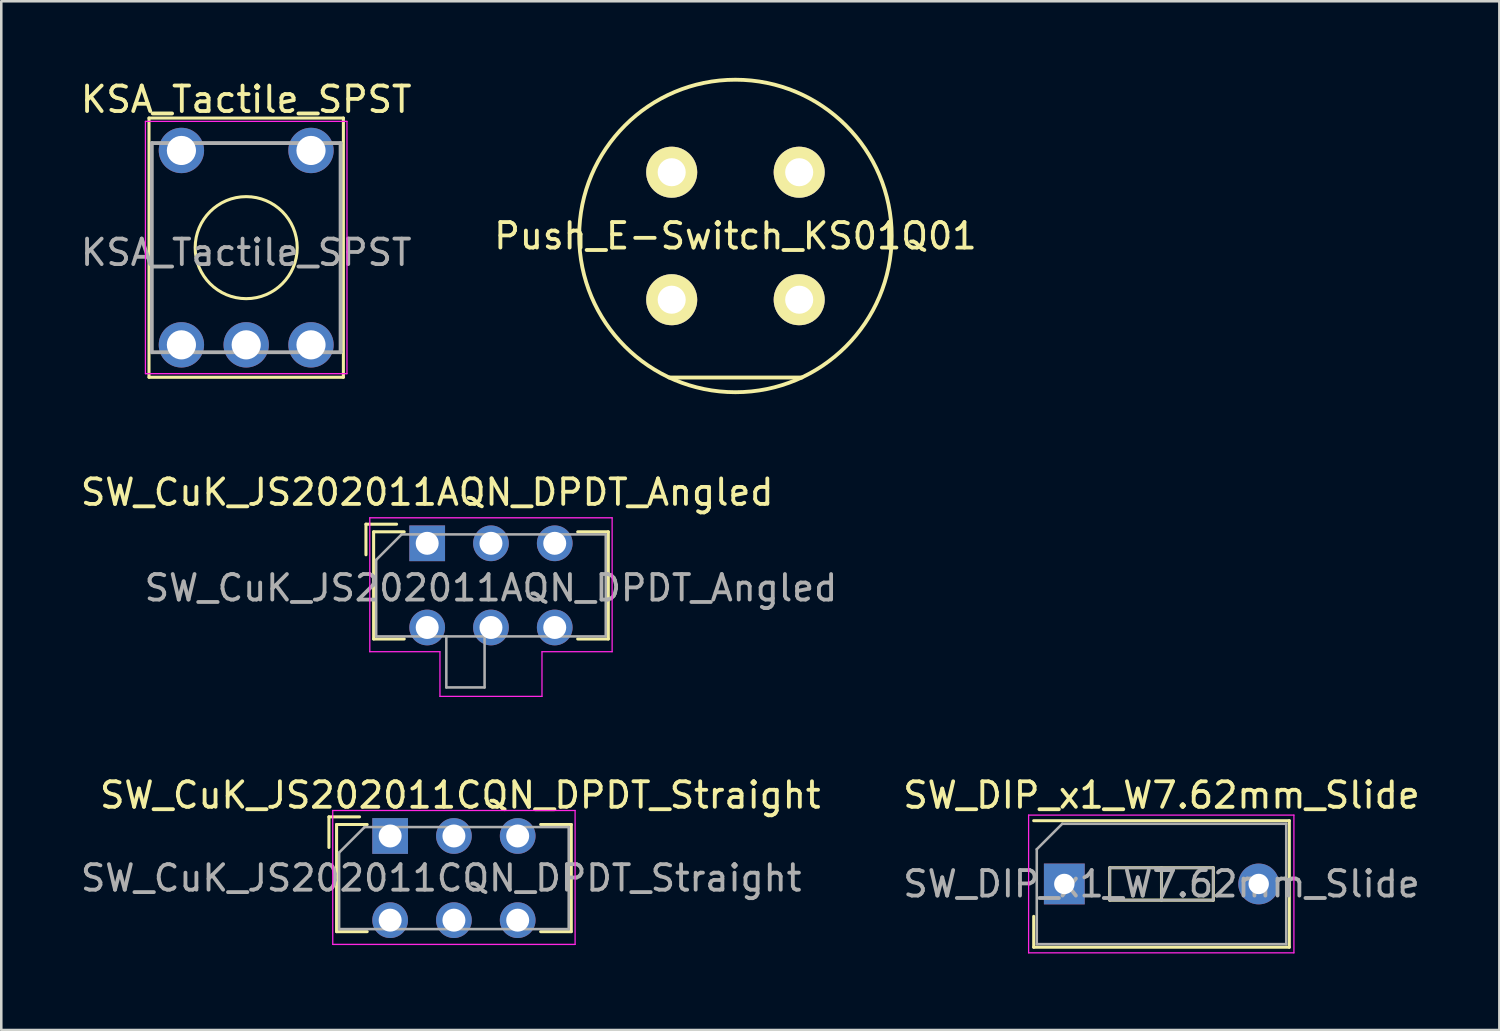
<source format=kicad_pcb>
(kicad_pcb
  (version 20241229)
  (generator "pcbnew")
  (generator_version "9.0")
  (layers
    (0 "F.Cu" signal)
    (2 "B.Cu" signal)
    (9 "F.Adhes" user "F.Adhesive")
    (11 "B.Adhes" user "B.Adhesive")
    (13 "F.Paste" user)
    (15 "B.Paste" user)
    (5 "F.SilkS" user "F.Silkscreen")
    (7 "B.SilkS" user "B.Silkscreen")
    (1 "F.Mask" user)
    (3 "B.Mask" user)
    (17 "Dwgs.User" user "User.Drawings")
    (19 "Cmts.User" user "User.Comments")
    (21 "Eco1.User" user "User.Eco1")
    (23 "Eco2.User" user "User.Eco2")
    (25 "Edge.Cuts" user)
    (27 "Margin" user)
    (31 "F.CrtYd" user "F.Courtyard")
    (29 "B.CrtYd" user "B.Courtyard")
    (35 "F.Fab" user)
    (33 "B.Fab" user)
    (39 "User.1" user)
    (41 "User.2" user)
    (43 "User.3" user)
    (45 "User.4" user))
  (footprint "SW_CuK_JS202011AQN_DPDT_Angled"
    (layer "F.Cu")
    (at 13.696 18.248)
    (property "Reference" "SW_CuK_JS202011AQN_DPDT_Angled" (at 0 -2 0) (layer "F.SilkS") (effects (font (size 1 1) (thickness 0.15))))
    (attr through_hole)
    (fp_line (start -2.4 -0.75) (end -2.4 0.45) (stroke (width 0.12) (type solid)) (layer "F.SilkS"))
    (fp_line (start -2.1 -0.45) (end -2.1 3.75) (stroke (width 0.12) (type solid)) (layer "F.SilkS"))
    (fp_line (start -2.1 3.75) (end -0.9 3.75) (stroke (width 0.12) (type solid)) (layer "F.SilkS"))
    (fp_line (start -1.2 -0.75) (end -2.4 -0.75) (stroke (width 0.12) (type solid)) (layer "F.SilkS"))
    (fp_line (start -0.9 -0.45) (end -2.1 -0.45) (stroke (width 0.12) (type solid)) (layer "F.SilkS"))
    (fp_line (start 5.9 -0.45) (end 7.1 -0.45) (stroke (width 0.12) (type solid)) (layer "F.SilkS"))
    (fp_line (start 7.1 -0.45) (end 7.1 3.75) (stroke (width 0.12) (type solid)) (layer "F.SilkS"))
    (fp_line (start 7.1 3.75) (end 5.9 3.75) (stroke (width 0.12) (type solid)) (layer "F.SilkS"))
    (fp_line (start -2.25 -1) (end 7.25 -1) (stroke (width 0.05) (type solid)) (layer "F.CrtYd"))
    (fp_line (start -2.25 4.25) (end -2.25 -1) (stroke (width 0.05) (type solid)) (layer "F.CrtYd"))
    (fp_line (start 0.5 4.25) (end -2.25 4.25) (stroke (width 0.05) (type solid)) (layer "F.CrtYd"))
    (fp_line (start 0.5 4.25) (end 0.5 6) (stroke (width 0.05) (type solid)) (layer "F.CrtYd"))
    (fp_line (start 4.5 6) (end 0.5 6) (stroke (width 0.05) (type solid)) (layer "F.CrtYd"))
    (fp_line (start 4.5 6) (end 4.5 4.25) (stroke (width 0.05) (type solid)) (layer "F.CrtYd"))
    (fp_line (start 7.25 -1) (end 7.25 4.25) (stroke (width 0.05) (type solid)) (layer "F.CrtYd"))
    (fp_line (start 7.25 4.25) (end 4.5 4.25) (stroke (width 0.05) (type solid)) (layer "F.CrtYd"))
    (fp_line (start -2 3.65) (end -2 0.65) (stroke (width 0.1) (type solid)) (layer "F.Fab"))
    (fp_line (start -1 -0.35) (end -2 0.65) (stroke (width 0.1) (type solid)) (layer "F.Fab"))
    (fp_line (start -1 -0.35) (end 7 -0.35) (stroke (width 0.1) (type solid)) (layer "F.Fab"))
    (fp_line (start 0.75 3.65) (end 0.75 5.65) (stroke (width 0.1) (type solid)) (layer "F.Fab"))
    (fp_line (start 0.75 5.65) (end 2.25 5.65) (stroke (width 0.1) (type solid)) (layer "F.Fab"))
    (fp_line (start 2.25 5.65) (end 2.25 3.65) (stroke (width 0.1) (type solid)) (layer "F.Fab"))
    (fp_line (start 7 -0.35) (end 7 3.65) (stroke (width 0.1) (type solid)) (layer "F.Fab"))
    (fp_line (start 7 3.65) (end -2 3.65) (stroke (width 0.1) (type solid)) (layer "F.Fab"))
    (fp_text user "${REFERENCE}" (at 2.5 1.75 0) (layer "F.Fab") (effects (font (size 1 1) (thickness 0.15))))
    (pad "1" thru_hole rect (at 0 0) (size 1.4 1.4) (drill 0.9) (layers "*.Cu" "*.Mask"))
    (pad "2" thru_hole circle (at 2.5 0) (size 1.4 1.4) (drill 0.9) (layers "*.Cu" "*.Mask"))
    (pad "3" thru_hole circle (at 5 0) (size 1.4 1.4) (drill 0.9) (layers "*.Cu" "*.Mask"))
    (pad "4" thru_hole circle (at 0 3.3) (size 1.4 1.4) (drill 0.9) (layers "*.Cu" "*.Mask"))
    (pad "5" thru_hole circle (at 2.5 3.3) (size 1.4 1.4) (drill 0.9) (layers "*.Cu" "*.Mask"))
    (pad "6" thru_hole circle (at 5 3.3) (size 1.4 1.4) (drill 0.9) (layers "*.Cu" "*.Mask")))
  (footprint "SW_DIP_x1_W7.62mm_Slide"
    (layer "F.Cu")
    (at 38.672 31.602)
    (property "Reference" "SW_DIP_x1_W7.62mm_Slide" (at 3.81 -3.48 0) (layer "F.SilkS") (effects (font (size 1 1) (thickness 0.15))))
    (attr through_hole)
    (fp_line (start -1.2 -2.48) (end 8.82 -2.48) (stroke (width 0.12) (type solid)) (layer "F.SilkS"))
    (fp_line (start -1.2 2.48) (end -1.2 1.27) (stroke (width 0.12) (type solid)) (layer "F.SilkS"))
    (fp_line (start 1.78 -0.635) (end 1.78 0.635) (stroke (width 0.12) (type solid)) (layer "F.SilkS"))
    (fp_line (start 1.78 0.635) (end 5.84 0.635) (stroke (width 0.12) (type solid)) (layer "F.SilkS"))
    (fp_line (start 3.81 -0.635) (end 3.81 0.635) (stroke (width 0.12) (type solid)) (layer "F.SilkS"))
    (fp_line (start 5.84 -0.635) (end 1.78 -0.635) (stroke (width 0.12) (type solid)) (layer "F.SilkS"))
    (fp_line (start 5.84 0.635) (end 5.84 -0.635) (stroke (width 0.12) (type solid)) (layer "F.SilkS"))
    (fp_line (start 8.82 -2.48) (end 8.82 2.48) (stroke (width 0.12) (type solid)) (layer "F.SilkS"))
    (fp_line (start 8.82 2.48) (end -1.2 2.48) (stroke (width 0.12) (type solid)) (layer "F.SilkS"))
    (fp_line (start -1.4 -2.7) (end -1.4 2.7) (stroke (width 0.05) (type solid)) (layer "F.CrtYd"))
    (fp_line (start -1.4 2.7) (end 9 2.7) (stroke (width 0.05) (type solid)) (layer "F.CrtYd"))
    (fp_line (start 9 -2.7) (end -1.4 -2.7) (stroke (width 0.05) (type solid)) (layer "F.CrtYd"))
    (fp_line (start 9 2.7) (end 9 -2.7) (stroke (width 0.05) (type solid)) (layer "F.CrtYd"))
    (fp_line (start -1.08 -1.36) (end -0.08 -2.36) (stroke (width 0.1) (type solid)) (layer "F.Fab"))
    (fp_line (start -1.08 2.36) (end -1.08 -1.36) (stroke (width 0.1) (type solid)) (layer "F.Fab"))
    (fp_line (start -0.08 -2.36) (end 8.7 -2.36) (stroke (width 0.1) (type solid)) (layer "F.Fab"))
    (fp_line (start 1.78 -0.635) (end 1.78 0.635) (stroke (width 0.1) (type solid)) (layer "F.Fab"))
    (fp_line (start 1.78 0.635) (end 5.84 0.635) (stroke (width 0.1) (type solid)) (layer "F.Fab"))
    (fp_line (start 3.81 -0.635) (end 3.81 0.635) (stroke (width 0.1) (type solid)) (layer "F.Fab"))
    (fp_line (start 5.84 -0.635) (end 1.78 -0.635) (stroke (width 0.1) (type solid)) (layer "F.Fab"))
    (fp_line (start 5.84 0.635) (end 5.84 -0.635) (stroke (width 0.1) (type solid)) (layer "F.Fab"))
    (fp_line (start 8.7 -2.36) (end 8.7 2.36) (stroke (width 0.1) (type solid)) (layer "F.Fab"))
    (fp_line (start 8.7 2.36) (end -1.08 2.36) (stroke (width 0.1) (type solid)) (layer "F.Fab"))
    (fp_text user "${REFERENCE}" (at 3.81 0 0) (layer "F.Fab") (effects (font (size 1 1) (thickness 0.15))))
    (pad "1" thru_hole rect (at 0 0) (size 1.6 1.6) (drill 0.8) (layers "*.Cu" "*.Mask"))
    (pad "2" thru_hole oval (at 7.62 0) (size 1.6 1.6) (drill 0.8) (layers "*.Cu" "*.Mask")))
  (footprint "Push_E-Switch_KS01Q01"
    (layer "F.Cu")
    (at 25.78 6.2)
    (property "Reference" "Push_E-Switch_KS01Q01" (at 0 0 0) (layer "F.SilkS") (effects (font (size 1 1) (thickness 0.15))))
    (attr through_hole)
    (fp_line (start 2.601 5.55) (end -2.601 5.55) (stroke (width 0.15) (type solid)) (layer "F.SilkS"))
    (fp_circle (center 0 0) (end 6.125 0) (stroke (width 0.15) (type solid)) (fill no) (layer "F.SilkS"))
    (pad "1" thru_hole circle (at -2.499 -2.499) (size 2 2) (drill 1.1) (layers "*.Cu" "*.Mask" "F.SilkS"))
    (pad "2" thru_hole circle (at 2.499 -2.499) (size 2 2) (drill 1.1) (layers "*.Cu" "*.Mask" "F.SilkS"))
    (pad "3" thru_hole circle (at -2.499 2.499) (size 2 2) (drill 1.1) (layers "*.Cu" "*.Mask" "F.SilkS"))
    (pad "4" thru_hole circle (at 2.499 2.499) (size 2 2) (drill 1.1) (layers "*.Cu" "*.Mask" "F.SilkS")))
  (footprint "KSA_Tactile_SPST"
    (layer "F.Cu")
    (at 4.061 2.848)
    (property "Reference" "KSA_Tactile_SPST" (at 2.54 -2 0) (layer "F.SilkS") (effects (font (size 1 1) (thickness 0.15))))
    (attr through_hole)
    (fp_line (start -1.27 -1.27) (end -1.27 8.89) (stroke (width 0.12) (type solid)) (layer "F.SilkS"))
    (fp_line (start -1.27 -1.27) (end 6.35 -1.27) (stroke (width 0.12) (type solid)) (layer "F.SilkS"))
    (fp_line (start -1.27 8.89) (end 6.35 8.89) (stroke (width 0.12) (type solid)) (layer "F.SilkS"))
    (fp_line (start 6.35 8.89) (end 6.35 -1.27) (stroke (width 0.12) (type solid)) (layer "F.SilkS"))
    (fp_circle (center 2.54 3.81) (end 0.54 3.81) (stroke (width 0.12) (type solid)) (fill no) (layer "F.SilkS"))
    (fp_line (start -1.41 -1.14) (end -1.41 8.75) (stroke (width 0.05) (type solid)) (layer "F.CrtYd"))
    (fp_line (start -1.41 -1.14) (end 6.49 -1.14) (stroke (width 0.05) (type solid)) (layer "F.CrtYd"))
    (fp_line (start 6.49 8.75) (end -1.41 8.75) (stroke (width 0.05) (type solid)) (layer "F.CrtYd"))
    (fp_line (start 6.49 8.75) (end 6.49 -1.14) (stroke (width 0.05) (type solid)) (layer "F.CrtYd"))
    (fp_line (start -1.16 7.91) (end -1.16 -0.29) (stroke (width 0.15) (type solid)) (layer "F.Fab"))
    (fp_line (start -1.16 7.91) (end 6.24 7.91) (stroke (width 0.15) (type solid)) (layer "F.Fab"))
    (fp_line (start 6.24 -0.29) (end -1.16 -0.29) (stroke (width 0.15) (type solid)) (layer "F.Fab"))
    (fp_line (start 6.24 7.91) (end 6.24 -0.29) (stroke (width 0.15) (type solid)) (layer "F.Fab"))
    (fp_text user "${REFERENCE}" (at 2.54 4 0) (layer "F.Fab") (effects (font (size 1 1) (thickness 0.15))))
    (pad "1" thru_hole circle (at 0 0) (size 1.778 1.778) (drill 1.143) (layers "*.Cu" "*.Mask"))
    (pad "2" thru_hole circle (at 5.08 0) (size 1.778 1.778) (drill 1.143) (layers "*.Cu" "*.Mask"))
    (pad "3" thru_hole circle (at 5.08 7.62) (size 1.778 1.778) (drill 1.143) (layers "*.Cu" "*.Mask"))
    (pad "4" thru_hole circle (at 2.54 7.62) (size 1.778 1.778) (drill 1.143) (layers "*.Cu" "*.Mask"))
    (pad "5" thru_hole circle (at 0 7.62) (size 1.778 1.778) (drill 1.143) (layers "*.Cu" "*.Mask")))
  (footprint "SW_CuK_JS202011CQN_DPDT_Straight"
    (layer "F.Cu")
    (at 12.244 29.721)
    (property "Reference" "SW_CuK_JS202011CQN_DPDT_Straight" (at 2.75 -1.6 0) (layer "F.SilkS") (effects (font (size 1 1) (thickness 0.15))))
    (attr through_hole)
    (fp_line (start -2.4 -0.75) (end -2.4 0.45) (stroke (width 0.12) (type solid)) (layer "F.SilkS"))
    (fp_line (start -2.1 -0.45) (end -2.1 3.75) (stroke (width 0.12) (type solid)) (layer "F.SilkS"))
    (fp_line (start -2.1 3.75) (end -0.9 3.75) (stroke (width 0.12) (type solid)) (layer "F.SilkS"))
    (fp_line (start -1.2 -0.75) (end -2.4 -0.75) (stroke (width 0.12) (type solid)) (layer "F.SilkS"))
    (fp_line (start -0.9 -0.45) (end -2.1 -0.45) (stroke (width 0.12) (type solid)) (layer "F.SilkS"))
    (fp_line (start 5.9 -0.45) (end 7.1 -0.45) (stroke (width 0.12) (type solid)) (layer "F.SilkS"))
    (fp_line (start 7.1 -0.45) (end 7.1 3.75) (stroke (width 0.12) (type solid)) (layer "F.SilkS"))
    (fp_line (start 7.1 3.75) (end 5.9 3.75) (stroke (width 0.12) (type solid)) (layer "F.SilkS"))
    (fp_line (start -2.25 -1) (end 7.25 -1) (stroke (width 0.05) (type solid)) (layer "F.CrtYd"))
    (fp_line (start -2.25 4.25) (end -2.25 -1) (stroke (width 0.05) (type solid)) (layer "F.CrtYd"))
    (fp_line (start 7.25 -1) (end 7.25 4.25) (stroke (width 0.05) (type solid)) (layer "F.CrtYd"))
    (fp_line (start 7.25 4.25) (end -2.25 4.25) (stroke (width 0.05) (type solid)) (layer "F.CrtYd"))
    (fp_line (start -2 3.65) (end -2 0.65) (stroke (width 0.1) (type solid)) (layer "F.Fab"))
    (fp_line (start -1 -0.35) (end -2 0.65) (stroke (width 0.1) (type solid)) (layer "F.Fab"))
    (fp_line (start -1 -0.35) (end 7 -0.35) (stroke (width 0.1) (type solid)) (layer "F.Fab"))
    (fp_line (start 7 -0.35) (end 7 3.65) (stroke (width 0.1) (type solid)) (layer "F.Fab"))
    (fp_line (start 7 3.65) (end -2 3.65) (stroke (width 0.1) (type solid)) (layer "F.Fab"))
    (fp_text user "${REFERENCE}" (at 2 1.65 0) (layer "F.Fab") (effects (font (size 1 1) (thickness 0.15))))
    (pad "1" thru_hole rect (at 0 0) (size 1.4 1.4) (drill 0.9) (layers "*.Cu" "*.Mask"))
    (pad "2" thru_hole circle (at 2.5 0) (size 1.4 1.4) (drill 0.9) (layers "*.Cu" "*.Mask"))
    (pad "3" thru_hole circle (at 5 0) (size 1.4 1.4) (drill 0.9) (layers "*.Cu" "*.Mask"))
    (pad "4" thru_hole circle (at 0 3.3) (size 1.4 1.4) (drill 0.9) (layers "*.Cu" "*.Mask"))
    (pad "5" thru_hole circle (at 2.5 3.3) (size 1.4 1.4) (drill 0.9) (layers "*.Cu" "*.Mask"))
    (pad "6" thru_hole circle (at 5 3.3) (size 1.4 1.4) (drill 0.9) (layers "*.Cu" "*.Mask")))
  (gr_rect
    (start -3 -3)
    (end 55.726 37.327)
    (stroke (width 0.1) (type default))
    (fill no)
    (layer "Edge.Cuts")))
</source>
